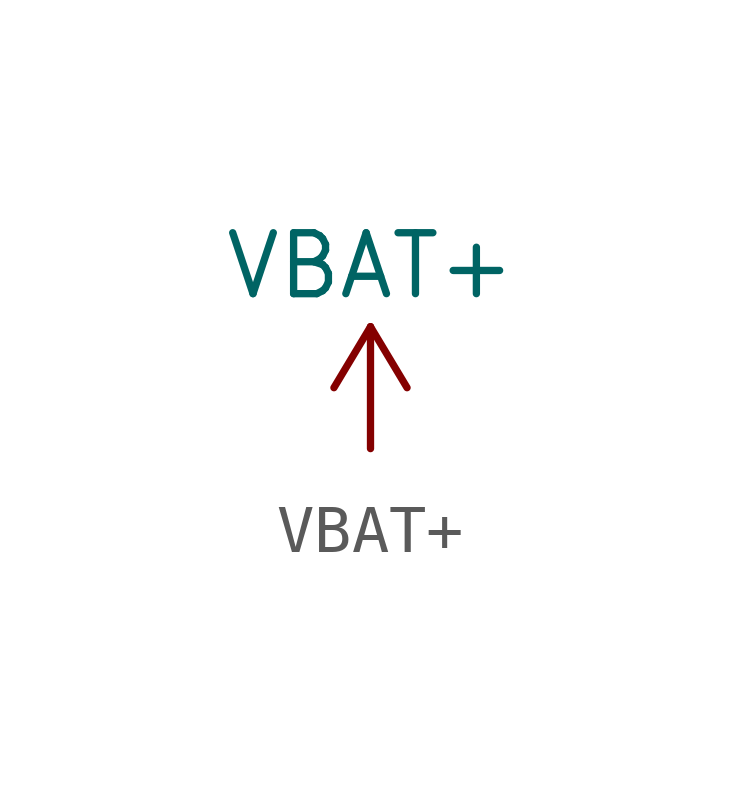
<source format=kicad_sym>
(kicad_symbol_lib
  (version 20220914)
  (generator kicad_symbol_editor)
  (symbol "VBAT+"
    (power)
    (pin_names
      (offset 0))
    (property "Reference" "#PWR"
      (at 0 -3.81 0)
      (effects (font (size 1.27 1.27)) hide))
    (property "Value" "VBAT+"
      (at 0 3.81 0)
      (effects (font (size 1.27 1.27))))
    (symbol "VBAT+_0_1"
      (polyline (pts (xy -0.762 1.27) (xy 0 2.54)) (stroke (width 0) (type default)) (fill (type none)))
      (polyline (pts (xy 0 0) (xy 0 2.54)) (stroke (width 0) (type default)) (fill (type none)))
      (polyline (pts (xy 0 2.54) (xy 0.762 1.27)) (stroke (width 0) (type default)) (fill (type none))))
    (symbol "VBAT+_1_1"
      (pin power_in line (at 0 0 90) (length 0) hide (name "VBAT+" (effects (font (size 1.27 1.27)))) (number "1" (effects (font (size 1.27 1.27))))))))
</source>
